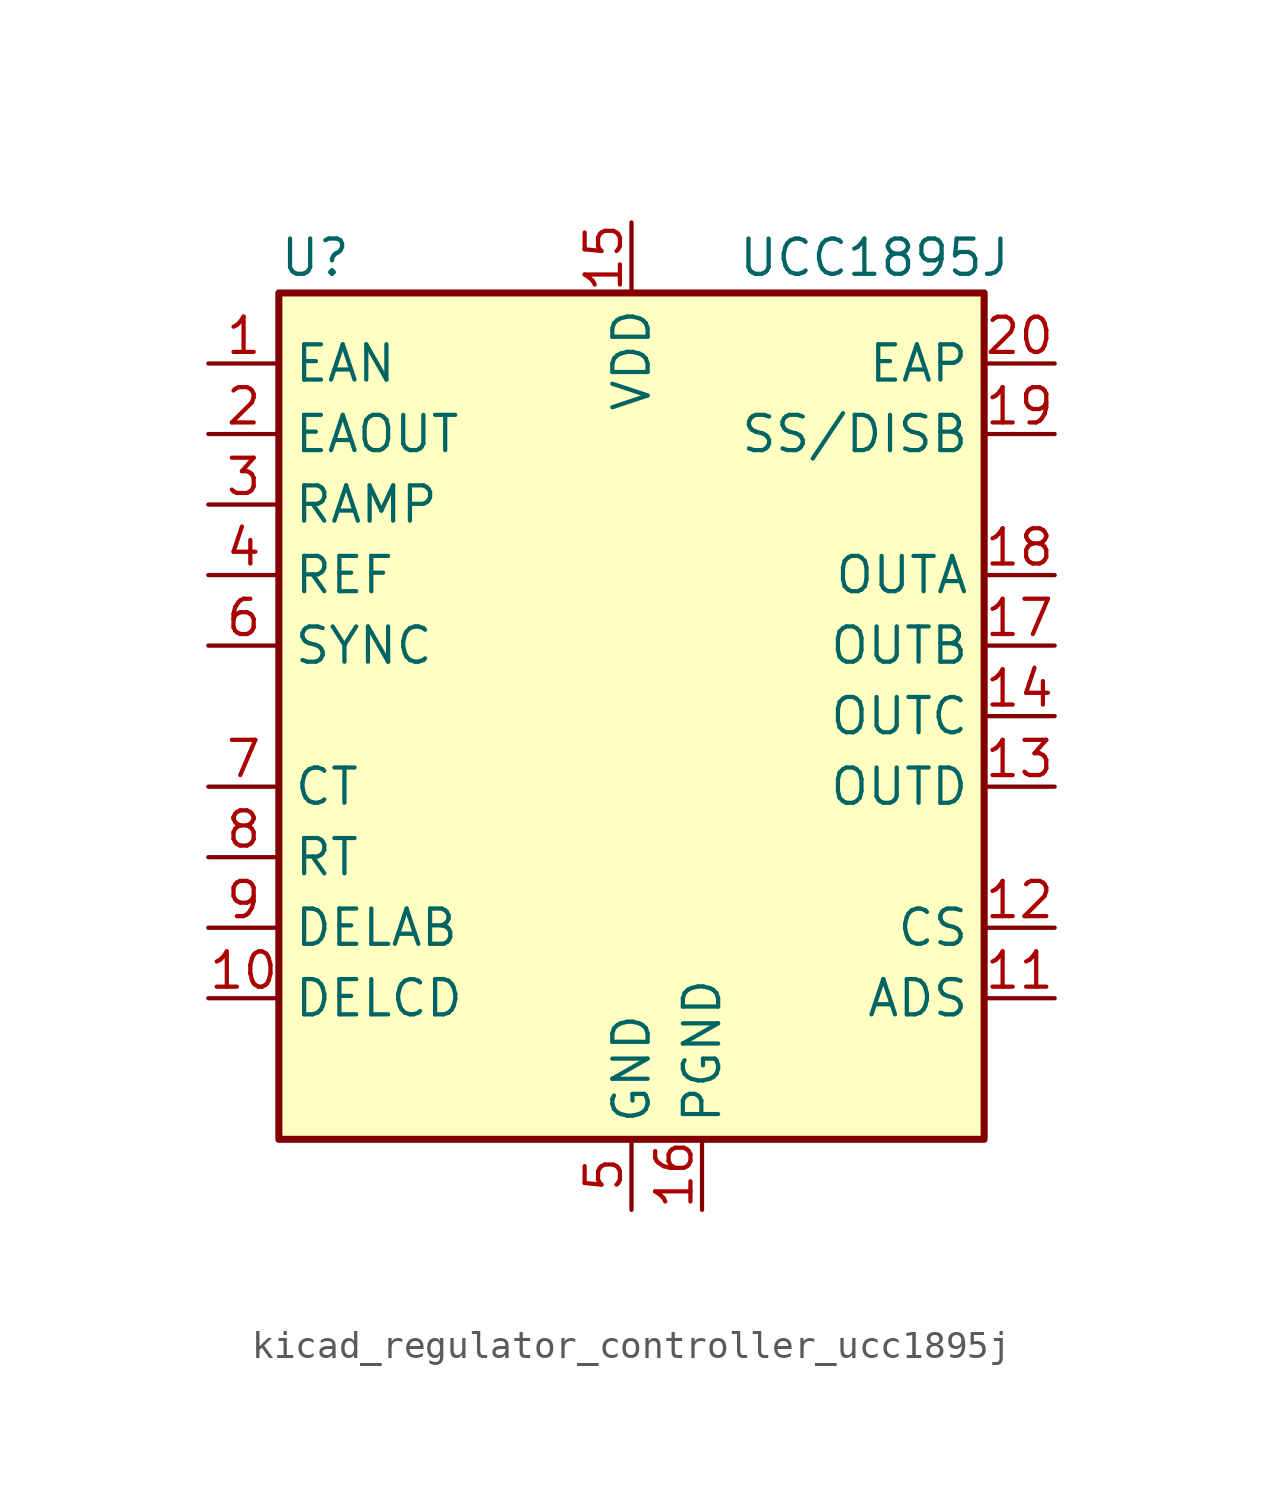
<source format=kicad_sym>
(kicad_symbol_lib
  (version 20220914)
  (generator kicad_symbol_editor)
  (symbol "kicad_regulator_controller_ucc1895j"
    (property "Reference" "U"
      (at -12.7 16.51 0)
      (effects (font (size 1.27 1.27)) (justify left)))
    (property "Value" "UCC1895J"
      (at 3.81 16.51 0)
      (effects (font (size 1.27 1.27)) (justify left)))
    (symbol "kicad_regulator_controller_ucc1895j_0_1"
      (rectangle (start -12.7 15.24) (end 12.7 -15.24) (stroke (width 0.254) (type default)) (fill (type background))))
    (symbol "kicad_regulator_controller_ucc1895j_1_1"
      (pin input line (at -15.24 12.7 0) (length 2.54) (name "EAN" (effects (font (size 1.27 1.27)))) (number "1" (effects (font (size 1.27 1.27)))))
      (pin passive line (at -15.24 -10.16 0) (length 2.54) (name "DELCD" (effects (font (size 1.27 1.27)))) (number "10" (effects (font (size 1.27 1.27)))))
      (pin input line (at 15.24 -10.16 180) (length 2.54) (name "ADS" (effects (font (size 1.27 1.27)))) (number "11" (effects (font (size 1.27 1.27)))))
      (pin input line (at 15.24 -7.62 180) (length 2.54) (name "CS" (effects (font (size 1.27 1.27)))) (number "12" (effects (font (size 1.27 1.27)))))
      (pin output line (at 15.24 -2.54 180) (length 2.54) (name "OUTD" (effects (font (size 1.27 1.27)))) (number "13" (effects (font (size 1.27 1.27)))))
      (pin output line (at 15.24 0 180) (length 2.54) (name "OUTC" (effects (font (size 1.27 1.27)))) (number "14" (effects (font (size 1.27 1.27)))))
      (pin power_in line (at 0 17.78 270) (length 2.54) (name "VDD" (effects (font (size 1.27 1.27)))) (number "15" (effects (font (size 1.27 1.27)))))
      (pin power_in line (at 2.54 -17.78 90) (length 2.54) (name "PGND" (effects (font (size 1.27 1.27)))) (number "16" (effects (font (size 1.27 1.27)))))
      (pin output line (at 15.24 2.54 180) (length 2.54) (name "OUTB" (effects (font (size 1.27 1.27)))) (number "17" (effects (font (size 1.27 1.27)))))
      (pin output line (at 15.24 5.08 180) (length 2.54) (name "OUTA" (effects (font (size 1.27 1.27)))) (number "18" (effects (font (size 1.27 1.27)))))
      (pin passive line (at 15.24 10.16 180) (length 2.54) (name "SS/DISB" (effects (font (size 1.27 1.27)))) (number "19" (effects (font (size 1.27 1.27)))))
      (pin bidirectional line (at -15.24 10.16 0) (length 2.54) (name "EAOUT" (effects (font (size 1.27 1.27)))) (number "2" (effects (font (size 1.27 1.27)))))
      (pin input line (at 15.24 12.7 180) (length 2.54) (name "EAP" (effects (font (size 1.27 1.27)))) (number "20" (effects (font (size 1.27 1.27)))))
      (pin input line (at -15.24 7.62 0) (length 2.54) (name "RAMP" (effects (font (size 1.27 1.27)))) (number "3" (effects (font (size 1.27 1.27)))))
      (pin output line (at -15.24 5.08 0) (length 2.54) (name "REF" (effects (font (size 1.27 1.27)))) (number "4" (effects (font (size 1.27 1.27)))))
      (pin power_in line (at 0 -17.78 90) (length 2.54) (name "GND" (effects (font (size 1.27 1.27)))) (number "5" (effects (font (size 1.27 1.27)))))
      (pin bidirectional line (at -15.24 2.54 0) (length 2.54) (name "SYNC" (effects (font (size 1.27 1.27)))) (number "6" (effects (font (size 1.27 1.27)))))
      (pin passive line (at -15.24 -2.54 0) (length 2.54) (name "CT" (effects (font (size 1.27 1.27)))) (number "7" (effects (font (size 1.27 1.27)))))
      (pin passive line (at -15.24 -5.08 0) (length 2.54) (name "RT" (effects (font (size 1.27 1.27)))) (number "8" (effects (font (size 1.27 1.27)))))
      (pin passive line (at -15.24 -7.62 0) (length 2.54) (name "DELAB" (effects (font (size 1.27 1.27)))) (number "9" (effects (font (size 1.27 1.27))))))))
</source>
